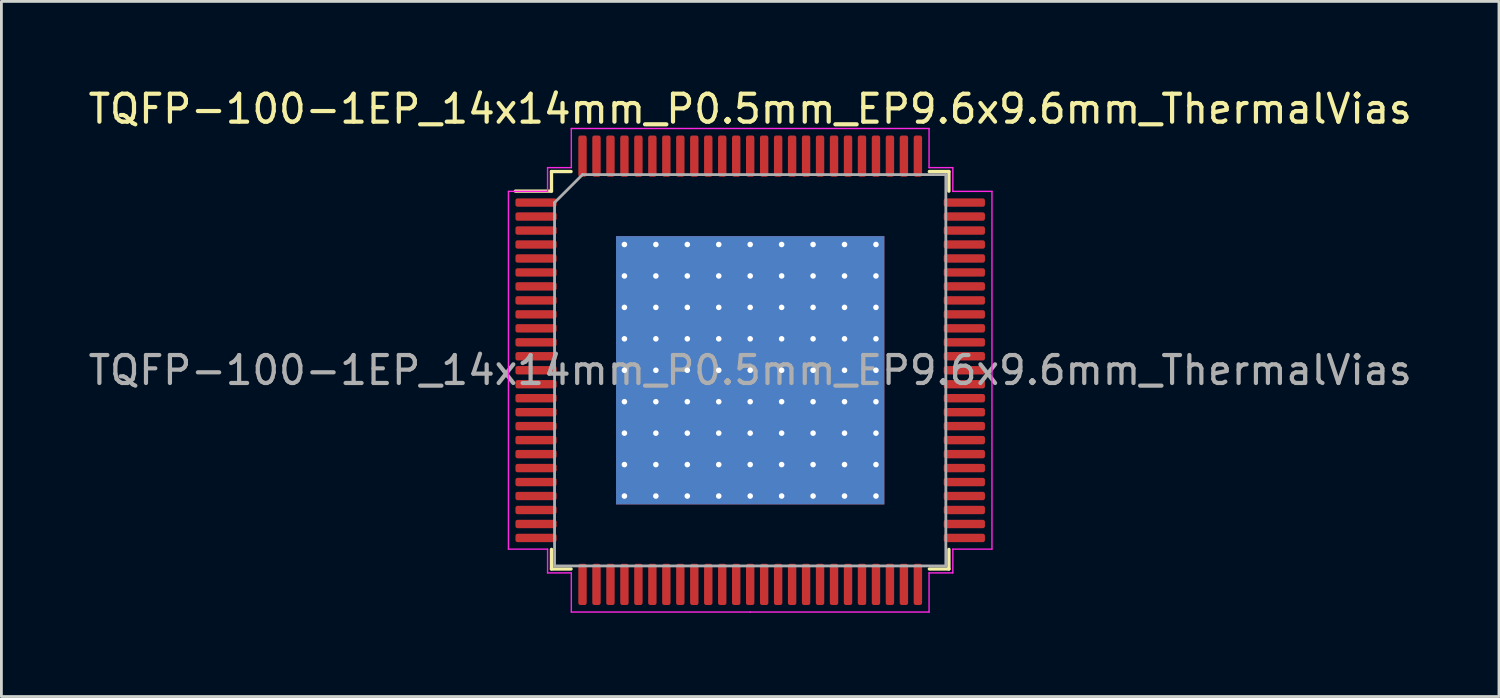
<source format=kicad_pcb>
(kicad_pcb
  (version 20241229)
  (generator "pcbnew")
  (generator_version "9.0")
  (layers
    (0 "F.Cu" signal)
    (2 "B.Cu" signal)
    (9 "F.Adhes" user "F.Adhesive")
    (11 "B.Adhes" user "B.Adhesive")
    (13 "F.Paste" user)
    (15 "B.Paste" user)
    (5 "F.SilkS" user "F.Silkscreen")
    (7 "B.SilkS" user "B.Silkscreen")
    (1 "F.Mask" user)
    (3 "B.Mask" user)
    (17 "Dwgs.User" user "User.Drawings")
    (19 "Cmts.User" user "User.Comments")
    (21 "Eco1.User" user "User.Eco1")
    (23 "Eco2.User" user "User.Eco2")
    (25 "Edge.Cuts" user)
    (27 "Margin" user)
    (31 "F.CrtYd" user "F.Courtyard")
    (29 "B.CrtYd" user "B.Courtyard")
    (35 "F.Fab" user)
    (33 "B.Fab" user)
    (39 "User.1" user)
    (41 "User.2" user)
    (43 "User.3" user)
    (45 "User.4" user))
  (footprint "TQFP-100-1EP_14x14mm_P0.5mm_EP9.6x9.6mm_ThermalVias"
    (layer "F.Cu")
    (at 23.792 10.198)
    (property "Reference" "TQFP-100-1EP_14x14mm_P0.5mm_EP9.6x9.6mm_ThermalVias" (at 0 -9.35 0) (layer "F.SilkS") (effects (font (size 1 1) (thickness 0.15))))
    (attr smd)
    (fp_line (start -7.11 -7.11) (end -7.11 -6.41) (stroke (width 0.12) (type solid)) (layer "F.SilkS"))
    (fp_line (start -7.11 -6.41) (end -8.4 -6.41) (stroke (width 0.12) (type solid)) (layer "F.SilkS"))
    (fp_line (start -7.11 7.11) (end -7.11 6.41) (stroke (width 0.12) (type solid)) (layer "F.SilkS"))
    (fp_line (start -6.41 -7.11) (end -7.11 -7.11) (stroke (width 0.12) (type solid)) (layer "F.SilkS"))
    (fp_line (start -6.41 7.11) (end -7.11 7.11) (stroke (width 0.12) (type solid)) (layer "F.SilkS"))
    (fp_line (start 6.41 -7.11) (end 7.11 -7.11) (stroke (width 0.12) (type solid)) (layer "F.SilkS"))
    (fp_line (start 6.41 7.11) (end 7.11 7.11) (stroke (width 0.12) (type solid)) (layer "F.SilkS"))
    (fp_line (start 7.11 -7.11) (end 7.11 -6.41) (stroke (width 0.12) (type solid)) (layer "F.SilkS"))
    (fp_line (start 7.11 7.11) (end 7.11 6.41) (stroke (width 0.12) (type solid)) (layer "F.SilkS"))
    (fp_line (start -8.65 -6.4) (end -8.65 0) (stroke (width 0.05) (type solid)) (layer "F.CrtYd"))
    (fp_line (start -8.65 6.4) (end -8.65 0) (stroke (width 0.05) (type solid)) (layer "F.CrtYd"))
    (fp_line (start -7.25 -7.25) (end -7.25 -6.4) (stroke (width 0.05) (type solid)) (layer "F.CrtYd"))
    (fp_line (start -7.25 -6.4) (end -8.65 -6.4) (stroke (width 0.05) (type solid)) (layer "F.CrtYd"))
    (fp_line (start -7.25 6.4) (end -8.65 6.4) (stroke (width 0.05) (type solid)) (layer "F.CrtYd"))
    (fp_line (start -7.25 7.25) (end -7.25 6.4) (stroke (width 0.05) (type solid)) (layer "F.CrtYd"))
    (fp_line (start -6.4 -8.65) (end -6.4 -7.25) (stroke (width 0.05) (type solid)) (layer "F.CrtYd"))
    (fp_line (start -6.4 -7.25) (end -7.25 -7.25) (stroke (width 0.05) (type solid)) (layer "F.CrtYd"))
    (fp_line (start -6.4 7.25) (end -7.25 7.25) (stroke (width 0.05) (type solid)) (layer "F.CrtYd"))
    (fp_line (start -6.4 8.65) (end -6.4 7.25) (stroke (width 0.05) (type solid)) (layer "F.CrtYd"))
    (fp_line (start 0 -8.65) (end -6.4 -8.65) (stroke (width 0.05) (type solid)) (layer "F.CrtYd"))
    (fp_line (start 0 -8.65) (end 6.4 -8.65) (stroke (width 0.05) (type solid)) (layer "F.CrtYd"))
    (fp_line (start 0 8.65) (end -6.4 8.65) (stroke (width 0.05) (type solid)) (layer "F.CrtYd"))
    (fp_line (start 0 8.65) (end 6.4 8.65) (stroke (width 0.05) (type solid)) (layer "F.CrtYd"))
    (fp_line (start 6.4 -8.65) (end 6.4 -7.25) (stroke (width 0.05) (type solid)) (layer "F.CrtYd"))
    (fp_line (start 6.4 -7.25) (end 7.25 -7.25) (stroke (width 0.05) (type solid)) (layer "F.CrtYd"))
    (fp_line (start 6.4 7.25) (end 7.25 7.25) (stroke (width 0.05) (type solid)) (layer "F.CrtYd"))
    (fp_line (start 6.4 8.65) (end 6.4 7.25) (stroke (width 0.05) (type solid)) (layer "F.CrtYd"))
    (fp_line (start 7.25 -7.25) (end 7.25 -6.4) (stroke (width 0.05) (type solid)) (layer "F.CrtYd"))
    (fp_line (start 7.25 -6.4) (end 8.65 -6.4) (stroke (width 0.05) (type solid)) (layer "F.CrtYd"))
    (fp_line (start 7.25 6.4) (end 8.65 6.4) (stroke (width 0.05) (type solid)) (layer "F.CrtYd"))
    (fp_line (start 7.25 7.25) (end 7.25 6.4) (stroke (width 0.05) (type solid)) (layer "F.CrtYd"))
    (fp_line (start 8.65 -6.4) (end 8.65 0) (stroke (width 0.05) (type solid)) (layer "F.CrtYd"))
    (fp_line (start 8.65 6.4) (end 8.65 0) (stroke (width 0.05) (type solid)) (layer "F.CrtYd"))
    (fp_line (start -7 -6) (end -6 -7) (stroke (width 0.1) (type solid)) (layer "F.Fab"))
    (fp_line (start -7 7) (end -7 -6) (stroke (width 0.1) (type solid)) (layer "F.Fab"))
    (fp_line (start -6 -7) (end 7 -7) (stroke (width 0.1) (type solid)) (layer "F.Fab"))
    (fp_line (start 7 -7) (end 7 7) (stroke (width 0.1) (type solid)) (layer "F.Fab"))
    (fp_line (start 7 7) (end -7 7) (stroke (width 0.1) (type solid)) (layer "F.Fab"))
    (fp_text user "${REFERENCE}" (at 0 0 0) (layer "F.Fab") (effects (font (size 1 1) (thickness 0.15))))
    (pad "" smd custom (at -3.938 -3.938 270) (size 0.891 0.891) (layers "F.Paste") (options (anchor circle)) (primitives (gr_poly (pts (xy -0.387 -0.29) (xy -0.29 -0.387) (xy 0.29 -0.387) (xy 0.387 -0.29) (xy 0.387 0.29) (xy 0.29 0.387) (xy -0.29 0.387) (xy -0.387 0.29)) (width 0.234) (fill yes))))
    (pad "" smd custom (at -3.938 -2.812 270) (size 0.891 0.891) (layers "F.Paste") (options (anchor circle)) (primitives (gr_poly (pts (xy -0.387 -0.29) (xy -0.29 -0.387) (xy 0.29 -0.387) (xy 0.387 -0.29) (xy 0.387 0.29) (xy 0.29 0.387) (xy -0.29 0.387) (xy -0.387 0.29)) (width 0.234) (fill yes))))
    (pad "" smd custom (at -3.938 -1.688 270) (size 0.891 0.891) (layers "F.Paste") (options (anchor circle)) (primitives (gr_poly (pts (xy -0.387 -0.29) (xy -0.29 -0.387) (xy 0.29 -0.387) (xy 0.387 -0.29) (xy 0.387 0.29) (xy 0.29 0.387) (xy -0.29 0.387) (xy -0.387 0.29)) (width 0.234) (fill yes))))
    (pad "" smd custom (at -3.938 -0.562 270) (size 0.891 0.891) (layers "F.Paste") (options (anchor circle)) (primitives (gr_poly (pts (xy -0.387 -0.29) (xy -0.29 -0.387) (xy 0.29 -0.387) (xy 0.387 -0.29) (xy 0.387 0.29) (xy 0.29 0.387) (xy -0.29 0.387) (xy -0.387 0.29)) (width 0.234) (fill yes))))
    (pad "" smd custom (at -3.938 0.562 270) (size 0.891 0.891) (layers "F.Paste") (options (anchor circle)) (primitives (gr_poly (pts (xy -0.387 -0.29) (xy -0.29 -0.387) (xy 0.29 -0.387) (xy 0.387 -0.29) (xy 0.387 0.29) (xy 0.29 0.387) (xy -0.29 0.387) (xy -0.387 0.29)) (width 0.234) (fill yes))))
    (pad "" smd custom (at -3.938 1.688 270) (size 0.891 0.891) (layers "F.Paste") (options (anchor circle)) (primitives (gr_poly (pts (xy -0.387 -0.29) (xy -0.29 -0.387) (xy 0.29 -0.387) (xy 0.387 -0.29) (xy 0.387 0.29) (xy 0.29 0.387) (xy -0.29 0.387) (xy -0.387 0.29)) (width 0.234) (fill yes))))
    (pad "" smd custom (at -3.938 2.812) (size 0.891 0.891) (layers "F.Paste") (options (anchor circle)) (primitives (gr_poly (pts (xy -0.387 -0.29) (xy -0.29 -0.387) (xy 0.29 -0.387) (xy 0.387 -0.29) (xy 0.387 0.29) (xy 0.29 0.387) (xy -0.29 0.387) (xy -0.387 0.29)) (width 0.234) (fill yes))))
    (pad "" smd custom (at -3.938 3.938) (size 0.891 0.891) (layers "F.Paste") (options (anchor circle)) (primitives (gr_poly (pts (xy -0.387 -0.29) (xy -0.29 -0.387) (xy 0.29 -0.387) (xy 0.387 -0.29) (xy 0.387 0.29) (xy 0.29 0.387) (xy -0.29 0.387) (xy -0.387 0.29)) (width 0.234) (fill yes))))
    (pad "" smd custom (at -2.812 -3.938 270) (size 0.891 0.891) (layers "F.Paste") (options (anchor circle)) (primitives (gr_poly (pts (xy -0.387 -0.29) (xy -0.29 -0.387) (xy 0.29 -0.387) (xy 0.387 -0.29) (xy 0.387 0.29) (xy 0.29 0.387) (xy -0.29 0.387) (xy -0.387 0.29)) (width 0.234) (fill yes))))
    (pad "" smd custom (at -2.812 -2.812 270) (size 0.891 0.891) (layers "F.Paste") (options (anchor circle)) (primitives (gr_poly (pts (xy -0.387 -0.29) (xy -0.29 -0.387) (xy 0.29 -0.387) (xy 0.387 -0.29) (xy 0.387 0.29) (xy 0.29 0.387) (xy -0.29 0.387) (xy -0.387 0.29)) (width 0.234) (fill yes))))
    (pad "" smd custom (at -2.812 -1.688 270) (size 0.891 0.891) (layers "F.Paste") (options (anchor circle)) (primitives (gr_poly (pts (xy -0.387 -0.29) (xy -0.29 -0.387) (xy 0.29 -0.387) (xy 0.387 -0.29) (xy 0.387 0.29) (xy 0.29 0.387) (xy -0.29 0.387) (xy -0.387 0.29)) (width 0.234) (fill yes))))
    (pad "" smd custom (at -2.812 -0.562 270) (size 0.891 0.891) (layers "F.Paste") (options (anchor circle)) (primitives (gr_poly (pts (xy -0.387 -0.29) (xy -0.29 -0.387) (xy 0.29 -0.387) (xy 0.387 -0.29) (xy 0.387 0.29) (xy 0.29 0.387) (xy -0.29 0.387) (xy -0.387 0.29)) (width 0.234) (fill yes))))
    (pad "" smd custom (at -2.812 0.562 270) (size 0.891 0.891) (layers "F.Paste") (options (anchor circle)) (primitives (gr_poly (pts (xy -0.387 -0.29) (xy -0.29 -0.387) (xy 0.29 -0.387) (xy 0.387 -0.29) (xy 0.387 0.29) (xy 0.29 0.387) (xy -0.29 0.387) (xy -0.387 0.29)) (width 0.234) (fill yes))))
    (pad "" smd custom (at -2.812 1.688 270) (size 0.891 0.891) (layers "F.Paste") (options (anchor circle)) (primitives (gr_poly (pts (xy -0.387 -0.29) (xy -0.29 -0.387) (xy 0.29 -0.387) (xy 0.387 -0.29) (xy 0.387 0.29) (xy 0.29 0.387) (xy -0.29 0.387) (xy -0.387 0.29)) (width 0.234) (fill yes))))
    (pad "" smd custom (at -2.812 2.812) (size 0.891 0.891) (layers "F.Paste") (options (anchor circle)) (primitives (gr_poly (pts (xy -0.387 -0.29) (xy -0.29 -0.387) (xy 0.29 -0.387) (xy 0.387 -0.29) (xy 0.387 0.29) (xy 0.29 0.387) (xy -0.29 0.387) (xy -0.387 0.29)) (width 0.234) (fill yes))))
    (pad "" smd custom (at -2.812 3.938) (size 0.891 0.891) (layers "F.Paste") (options (anchor circle)) (primitives (gr_poly (pts (xy -0.387 -0.29) (xy -0.29 -0.387) (xy 0.29 -0.387) (xy 0.387 -0.29) (xy 0.387 0.29) (xy 0.29 0.387) (xy -0.29 0.387) (xy -0.387 0.29)) (width 0.234) (fill yes))))
    (pad "" smd custom (at -1.688 -3.938 180) (size 0.891 0.891) (layers "F.Paste") (options (anchor circle)) (primitives (gr_poly (pts (xy -0.387 -0.29) (xy -0.29 -0.387) (xy 0.29 -0.387) (xy 0.387 -0.29) (xy 0.387 0.29) (xy 0.29 0.387) (xy -0.29 0.387) (xy -0.387 0.29)) (width 0.234) (fill yes))))
    (pad "" smd custom (at -1.688 -2.812 180) (size 0.891 0.891) (layers "F.Paste") (options (anchor circle)) (primitives (gr_poly (pts (xy -0.387 -0.29) (xy -0.29 -0.387) (xy 0.29 -0.387) (xy 0.387 -0.29) (xy 0.387 0.29) (xy 0.29 0.387) (xy -0.29 0.387) (xy -0.387 0.29)) (width 0.234) (fill yes))))
    (pad "" smd custom (at -1.688 -1.688) (size 0.891 0.891) (layers "F.Paste") (options (anchor circle)) (primitives (gr_poly (pts (xy -0.387 -0.29) (xy -0.29 -0.387) (xy 0.29 -0.387) (xy 0.387 -0.29) (xy 0.387 0.29) (xy 0.29 0.387) (xy -0.29 0.387) (xy -0.387 0.29)) (width 0.234) (fill yes))))
    (pad "" smd custom (at -1.688 -0.562) (size 0.891 0.891) (layers "F.Paste") (options (anchor circle)) (primitives (gr_poly (pts (xy -0.387 -0.29) (xy -0.29 -0.387) (xy 0.29 -0.387) (xy 0.387 -0.29) (xy 0.387 0.29) (xy 0.29 0.387) (xy -0.29 0.387) (xy -0.387 0.29)) (width 0.234) (fill yes))))
    (pad "" smd custom (at -1.688 0.562) (size 0.891 0.891) (layers "F.Paste") (options (anchor circle)) (primitives (gr_poly (pts (xy -0.387 -0.29) (xy -0.29 -0.387) (xy 0.29 -0.387) (xy 0.387 -0.29) (xy 0.387 0.29) (xy 0.29 0.387) (xy -0.29 0.387) (xy -0.387 0.29)) (width 0.234) (fill yes))))
    (pad "" smd custom (at -1.688 1.688) (size 0.891 0.891) (layers "F.Paste") (options (anchor circle)) (primitives (gr_poly (pts (xy -0.387 -0.29) (xy -0.29 -0.387) (xy 0.29 -0.387) (xy 0.387 -0.29) (xy 0.387 0.29) (xy 0.29 0.387) (xy -0.29 0.387) (xy -0.387 0.29)) (width 0.234) (fill yes))))
    (pad "" smd custom (at -1.688 2.812) (size 0.891 0.891) (layers "F.Paste") (options (anchor circle)) (primitives (gr_poly (pts (xy -0.387 -0.29) (xy -0.29 -0.387) (xy 0.29 -0.387) (xy 0.387 -0.29) (xy 0.387 0.29) (xy 0.29 0.387) (xy -0.29 0.387) (xy -0.387 0.29)) (width 0.234) (fill yes))))
    (pad "" smd custom (at -1.688 3.938) (size 0.891 0.891) (layers "F.Paste") (options (anchor circle)) (primitives (gr_poly (pts (xy -0.387 -0.29) (xy -0.29 -0.387) (xy 0.29 -0.387) (xy 0.387 -0.29) (xy 0.387 0.29) (xy 0.29 0.387) (xy -0.29 0.387) (xy -0.387 0.29)) (width 0.234) (fill yes))))
    (pad "" smd custom (at -0.562 -3.938 180) (size 0.891 0.891) (layers "F.Paste") (options (anchor circle)) (primitives (gr_poly (pts (xy -0.387 -0.29) (xy -0.29 -0.387) (xy 0.29 -0.387) (xy 0.387 -0.29) (xy 0.387 0.29) (xy 0.29 0.387) (xy -0.29 0.387) (xy -0.387 0.29)) (width 0.234) (fill yes))))
    (pad "" smd custom (at -0.562 -2.812 180) (size 0.891 0.891) (layers "F.Paste") (options (anchor circle)) (primitives (gr_poly (pts (xy -0.387 -0.29) (xy -0.29 -0.387) (xy 0.29 -0.387) (xy 0.387 -0.29) (xy 0.387 0.29) (xy 0.29 0.387) (xy -0.29 0.387) (xy -0.387 0.29)) (width 0.234) (fill yes))))
    (pad "" smd custom (at -0.562 -1.688) (size 0.891 0.891) (layers "F.Paste") (options (anchor circle)) (primitives (gr_poly (pts (xy -0.387 -0.29) (xy -0.29 -0.387) (xy 0.29 -0.387) (xy 0.387 -0.29) (xy 0.387 0.29) (xy 0.29 0.387) (xy -0.29 0.387) (xy -0.387 0.29)) (width 0.234) (fill yes))))
    (pad "" smd custom (at -0.562 -0.562) (size 0.891 0.891) (layers "F.Paste") (options (anchor circle)) (primitives (gr_poly (pts (xy -0.387 -0.29) (xy -0.29 -0.387) (xy 0.29 -0.387) (xy 0.387 -0.29) (xy 0.387 0.29) (xy 0.29 0.387) (xy -0.29 0.387) (xy -0.387 0.29)) (width 0.234) (fill yes))))
    (pad "" smd custom (at -0.562 0.562) (size 0.891 0.891) (layers "F.Paste") (options (anchor circle)) (primitives (gr_poly (pts (xy -0.387 -0.29) (xy -0.29 -0.387) (xy 0.29 -0.387) (xy 0.387 -0.29) (xy 0.387 0.29) (xy 0.29 0.387) (xy -0.29 0.387) (xy -0.387 0.29)) (width 0.234) (fill yes))))
    (pad "" smd custom (at -0.562 1.688) (size 0.891 0.891) (layers "F.Paste") (options (anchor circle)) (primitives (gr_poly (pts (xy -0.387 -0.29) (xy -0.29 -0.387) (xy 0.29 -0.387) (xy 0.387 -0.29) (xy 0.387 0.29) (xy 0.29 0.387) (xy -0.29 0.387) (xy -0.387 0.29)) (width 0.234) (fill yes))))
    (pad "" smd custom (at -0.562 2.812) (size 0.891 0.891) (layers "F.Paste") (options (anchor circle)) (primitives (gr_poly (pts (xy -0.387 -0.29) (xy -0.29 -0.387) (xy 0.29 -0.387) (xy 0.387 -0.29) (xy 0.387 0.29) (xy 0.29 0.387) (xy -0.29 0.387) (xy -0.387 0.29)) (width 0.234) (fill yes))))
    (pad "" smd custom (at -0.562 3.938) (size 0.891 0.891) (layers "F.Paste") (options (anchor circle)) (primitives (gr_poly (pts (xy -0.387 -0.29) (xy -0.29 -0.387) (xy 0.29 -0.387) (xy 0.387 -0.29) (xy 0.387 0.29) (xy 0.29 0.387) (xy -0.29 0.387) (xy -0.387 0.29)) (width 0.234) (fill yes))))
    (pad "" smd custom (at 0.562 -3.938 180) (size 0.891 0.891) (layers "F.Paste") (options (anchor circle)) (primitives (gr_poly (pts (xy -0.387 -0.29) (xy -0.29 -0.387) (xy 0.29 -0.387) (xy 0.387 -0.29) (xy 0.387 0.29) (xy 0.29 0.387) (xy -0.29 0.387) (xy -0.387 0.29)) (width 0.234) (fill yes))))
    (pad "" smd custom (at 0.562 -2.812 180) (size 0.891 0.891) (layers "F.Paste") (options (anchor circle)) (primitives (gr_poly (pts (xy -0.387 -0.29) (xy -0.29 -0.387) (xy 0.29 -0.387) (xy 0.387 -0.29) (xy 0.387 0.29) (xy 0.29 0.387) (xy -0.29 0.387) (xy -0.387 0.29)) (width 0.234) (fill yes))))
    (pad "" smd custom (at 0.562 -1.688) (size 0.891 0.891) (layers "F.Paste") (options (anchor circle)) (primitives (gr_poly (pts (xy -0.387 -0.29) (xy -0.29 -0.387) (xy 0.29 -0.387) (xy 0.387 -0.29) (xy 0.387 0.29) (xy 0.29 0.387) (xy -0.29 0.387) (xy -0.387 0.29)) (width 0.234) (fill yes))))
    (pad "" smd custom (at 0.562 -0.562) (size 0.891 0.891) (layers "F.Paste") (options (anchor circle)) (primitives (gr_poly (pts (xy -0.387 -0.29) (xy -0.29 -0.387) (xy 0.29 -0.387) (xy 0.387 -0.29) (xy 0.387 0.29) (xy 0.29 0.387) (xy -0.29 0.387) (xy -0.387 0.29)) (width 0.234) (fill yes))))
    (pad "" smd custom (at 0.562 0.562) (size 0.891 0.891) (layers "F.Paste") (options (anchor circle)) (primitives (gr_poly (pts (xy -0.387 -0.29) (xy -0.29 -0.387) (xy 0.29 -0.387) (xy 0.387 -0.29) (xy 0.387 0.29) (xy 0.29 0.387) (xy -0.29 0.387) (xy -0.387 0.29)) (width 0.234) (fill yes))))
    (pad "" smd custom (at 0.562 1.688) (size 0.891 0.891) (layers "F.Paste") (options (anchor circle)) (primitives (gr_poly (pts (xy -0.387 -0.29) (xy -0.29 -0.387) (xy 0.29 -0.387) (xy 0.387 -0.29) (xy 0.387 0.29) (xy 0.29 0.387) (xy -0.29 0.387) (xy -0.387 0.29)) (width 0.234) (fill yes))))
    (pad "" smd custom (at 0.562 2.812) (size 0.891 0.891) (layers "F.Paste") (options (anchor circle)) (primitives (gr_poly (pts (xy -0.387 -0.29) (xy -0.29 -0.387) (xy 0.29 -0.387) (xy 0.387 -0.29) (xy 0.387 0.29) (xy 0.29 0.387) (xy -0.29 0.387) (xy -0.387 0.29)) (width 0.234) (fill yes))))
    (pad "" smd custom (at 0.562 3.938) (size 0.891 0.891) (layers "F.Paste") (options (anchor circle)) (primitives (gr_poly (pts (xy -0.387 -0.29) (xy -0.29 -0.387) (xy 0.29 -0.387) (xy 0.387 -0.29) (xy 0.387 0.29) (xy 0.29 0.387) (xy -0.29 0.387) (xy -0.387 0.29)) (width 0.234) (fill yes))))
    (pad "" smd custom (at 1.688 -3.938 180) (size 0.891 0.891) (layers "F.Paste") (options (anchor circle)) (primitives (gr_poly (pts (xy -0.387 -0.29) (xy -0.29 -0.387) (xy 0.29 -0.387) (xy 0.387 -0.29) (xy 0.387 0.29) (xy 0.29 0.387) (xy -0.29 0.387) (xy -0.387 0.29)) (width 0.234) (fill yes))))
    (pad "" smd custom (at 1.688 -2.812 180) (size 0.891 0.891) (layers "F.Paste") (options (anchor circle)) (primitives (gr_poly (pts (xy -0.387 -0.29) (xy -0.29 -0.387) (xy 0.29 -0.387) (xy 0.387 -0.29) (xy 0.387 0.29) (xy 0.29 0.387) (xy -0.29 0.387) (xy -0.387 0.29)) (width 0.234) (fill yes))))
    (pad "" smd custom (at 1.688 -1.688) (size 0.891 0.891) (layers "F.Paste") (options (anchor circle)) (primitives (gr_poly (pts (xy -0.387 -0.29) (xy -0.29 -0.387) (xy 0.29 -0.387) (xy 0.387 -0.29) (xy 0.387 0.29) (xy 0.29 0.387) (xy -0.29 0.387) (xy -0.387 0.29)) (width 0.234) (fill yes))))
    (pad "" smd custom (at 1.688 -0.562) (size 0.891 0.891) (layers "F.Paste") (options (anchor circle)) (primitives (gr_poly (pts (xy -0.387 -0.29) (xy -0.29 -0.387) (xy 0.29 -0.387) (xy 0.387 -0.29) (xy 0.387 0.29) (xy 0.29 0.387) (xy -0.29 0.387) (xy -0.387 0.29)) (width 0.234) (fill yes))))
    (pad "" smd custom (at 1.688 0.562) (size 0.891 0.891) (layers "F.Paste") (options (anchor circle)) (primitives (gr_poly (pts (xy -0.387 -0.29) (xy -0.29 -0.387) (xy 0.29 -0.387) (xy 0.387 -0.29) (xy 0.387 0.29) (xy 0.29 0.387) (xy -0.29 0.387) (xy -0.387 0.29)) (width 0.234) (fill yes))))
    (pad "" smd custom (at 1.688 1.688) (size 0.891 0.891) (layers "F.Paste") (options (anchor circle)) (primitives (gr_poly (pts (xy -0.387 -0.29) (xy -0.29 -0.387) (xy 0.29 -0.387) (xy 0.387 -0.29) (xy 0.387 0.29) (xy 0.29 0.387) (xy -0.29 0.387) (xy -0.387 0.29)) (width 0.234) (fill yes))))
    (pad "" smd custom (at 1.688 2.812) (size 0.891 0.891) (layers "F.Paste") (options (anchor circle)) (primitives (gr_poly (pts (xy -0.387 -0.29) (xy -0.29 -0.387) (xy 0.29 -0.387) (xy 0.387 -0.29) (xy 0.387 0.29) (xy 0.29 0.387) (xy -0.29 0.387) (xy -0.387 0.29)) (width 0.234) (fill yes))))
    (pad "" smd custom (at 1.688 3.938) (size 0.891 0.891) (layers "F.Paste") (options (anchor circle)) (primitives (gr_poly (pts (xy -0.387 -0.29) (xy -0.29 -0.387) (xy 0.29 -0.387) (xy 0.387 -0.29) (xy 0.387 0.29) (xy 0.29 0.387) (xy -0.29 0.387) (xy -0.387 0.29)) (width 0.234) (fill yes))))
    (pad "" smd custom (at 2.812 -3.938 180) (size 0.891 0.891) (layers "F.Paste") (options (anchor circle)) (primitives (gr_poly (pts (xy -0.387 -0.29) (xy -0.29 -0.387) (xy 0.29 -0.387) (xy 0.387 -0.29) (xy 0.387 0.29) (xy 0.29 0.387) (xy -0.29 0.387) (xy -0.387 0.29)) (width 0.234) (fill yes))))
    (pad "" smd custom (at 2.812 -2.812 180) (size 0.891 0.891) (layers "F.Paste") (options (anchor circle)) (primitives (gr_poly (pts (xy -0.387 -0.29) (xy -0.29 -0.387) (xy 0.29 -0.387) (xy 0.387 -0.29) (xy 0.387 0.29) (xy 0.29 0.387) (xy -0.29 0.387) (xy -0.387 0.29)) (width 0.234) (fill yes))))
    (pad "" smd custom (at 2.812 -1.688 90) (size 0.891 0.891) (layers "F.Paste") (options (anchor circle)) (primitives (gr_poly (pts (xy -0.387 -0.29) (xy -0.29 -0.387) (xy 0.29 -0.387) (xy 0.387 -0.29) (xy 0.387 0.29) (xy 0.29 0.387) (xy -0.29 0.387) (xy -0.387 0.29)) (width 0.234) (fill yes))))
    (pad "" smd custom (at 2.812 -0.562 90) (size 0.891 0.891) (layers "F.Paste") (options (anchor circle)) (primitives (gr_poly (pts (xy -0.387 -0.29) (xy -0.29 -0.387) (xy 0.29 -0.387) (xy 0.387 -0.29) (xy 0.387 0.29) (xy 0.29 0.387) (xy -0.29 0.387) (xy -0.387 0.29)) (width 0.234) (fill yes))))
    (pad "" smd custom (at 2.812 0.562 90) (size 0.891 0.891) (layers "F.Paste") (options (anchor circle)) (primitives (gr_poly (pts (xy -0.387 -0.29) (xy -0.29 -0.387) (xy 0.29 -0.387) (xy 0.387 -0.29) (xy 0.387 0.29) (xy 0.29 0.387) (xy -0.29 0.387) (xy -0.387 0.29)) (width 0.234) (fill yes))))
    (pad "" smd custom (at 2.812 1.688 90) (size 0.891 0.891) (layers "F.Paste") (options (anchor circle)) (primitives (gr_poly (pts (xy -0.387 -0.29) (xy -0.29 -0.387) (xy 0.29 -0.387) (xy 0.387 -0.29) (xy 0.387 0.29) (xy 0.29 0.387) (xy -0.29 0.387) (xy -0.387 0.29)) (width 0.234) (fill yes))))
    (pad "" smd custom (at 2.812 2.812 90) (size 0.891 0.891) (layers "F.Paste") (options (anchor circle)) (primitives (gr_poly (pts (xy -0.387 -0.29) (xy -0.29 -0.387) (xy 0.29 -0.387) (xy 0.387 -0.29) (xy 0.387 0.29) (xy 0.29 0.387) (xy -0.29 0.387) (xy -0.387 0.29)) (width 0.234) (fill yes))))
    (pad "" smd custom (at 2.812 3.938 90) (size 0.891 0.891) (layers "F.Paste") (options (anchor circle)) (primitives (gr_poly (pts (xy -0.387 -0.29) (xy -0.29 -0.387) (xy 0.29 -0.387) (xy 0.387 -0.29) (xy 0.387 0.29) (xy 0.29 0.387) (xy -0.29 0.387) (xy -0.387 0.29)) (width 0.234) (fill yes))))
    (pad "" smd custom (at 3.938 -3.938 180) (size 0.891 0.891) (layers "F.Paste") (options (anchor circle)) (primitives (gr_poly (pts (xy -0.387 -0.29) (xy -0.29 -0.387) (xy 0.29 -0.387) (xy 0.387 -0.29) (xy 0.387 0.29) (xy 0.29 0.387) (xy -0.29 0.387) (xy -0.387 0.29)) (width 0.234) (fill yes))))
    (pad "" smd custom (at 3.938 -2.812 180) (size 0.891 0.891) (layers "F.Paste") (options (anchor circle)) (primitives (gr_poly (pts (xy -0.387 -0.29) (xy -0.29 -0.387) (xy 0.29 -0.387) (xy 0.387 -0.29) (xy 0.387 0.29) (xy 0.29 0.387) (xy -0.29 0.387) (xy -0.387 0.29)) (width 0.234) (fill yes))))
    (pad "" smd custom (at 3.938 -1.688 90) (size 0.891 0.891) (layers "F.Paste") (options (anchor circle)) (primitives (gr_poly (pts (xy -0.387 -0.29) (xy -0.29 -0.387) (xy 0.29 -0.387) (xy 0.387 -0.29) (xy 0.387 0.29) (xy 0.29 0.387) (xy -0.29 0.387) (xy -0.387 0.29)) (width 0.234) (fill yes))))
    (pad "" smd custom (at 3.938 -0.562 90) (size 0.891 0.891) (layers "F.Paste") (options (anchor circle)) (primitives (gr_poly (pts (xy -0.387 -0.29) (xy -0.29 -0.387) (xy 0.29 -0.387) (xy 0.387 -0.29) (xy 0.387 0.29) (xy 0.29 0.387) (xy -0.29 0.387) (xy -0.387 0.29)) (width 0.234) (fill yes))))
    (pad "" smd custom (at 3.938 0.562 90) (size 0.891 0.891) (layers "F.Paste") (options (anchor circle)) (primitives (gr_poly (pts (xy -0.387 -0.29) (xy -0.29 -0.387) (xy 0.29 -0.387) (xy 0.387 -0.29) (xy 0.387 0.29) (xy 0.29 0.387) (xy -0.29 0.387) (xy -0.387 0.29)) (width 0.234) (fill yes))))
    (pad "" smd custom (at 3.938 1.688 90) (size 0.891 0.891) (layers "F.Paste") (options (anchor circle)) (primitives (gr_poly (pts (xy -0.387 -0.29) (xy -0.29 -0.387) (xy 0.29 -0.387) (xy 0.387 -0.29) (xy 0.387 0.29) (xy 0.29 0.387) (xy -0.29 0.387) (xy -0.387 0.29)) (width 0.234) (fill yes))))
    (pad "" smd custom (at 3.938 2.812 90) (size 0.891 0.891) (layers "F.Paste") (options (anchor circle)) (primitives (gr_poly (pts (xy -0.387 -0.29) (xy -0.29 -0.387) (xy 0.29 -0.387) (xy 0.387 -0.29) (xy 0.387 0.29) (xy 0.29 0.387) (xy -0.29 0.387) (xy -0.387 0.29)) (width 0.234) (fill yes))))
    (pad "" smd custom (at 3.938 3.938 90) (size 0.891 0.891) (layers "F.Paste") (options (anchor circle)) (primitives (gr_poly (pts (xy -0.387 -0.29) (xy -0.29 -0.387) (xy 0.29 -0.387) (xy 0.387 -0.29) (xy 0.387 0.29) (xy 0.29 0.387) (xy -0.29 0.387) (xy -0.387 0.29)) (width 0.234) (fill yes))))
    (pad "1" smd roundrect (at -7.662 -6) (size 1.475 0.3) (layers "F.Cu" "F.Mask" "F.Paste") (roundrect_rratio 0.25))
    (pad "2" smd roundrect (at -7.662 -5.5) (size 1.475 0.3) (layers "F.Cu" "F.Mask" "F.Paste") (roundrect_rratio 0.25))
    (pad "3" smd roundrect (at -7.662 -5) (size 1.475 0.3) (layers "F.Cu" "F.Mask" "F.Paste") (roundrect_rratio 0.25))
    (pad "4" smd roundrect (at -7.662 -4.5) (size 1.475 0.3) (layers "F.Cu" "F.Mask" "F.Paste") (roundrect_rratio 0.25))
    (pad "5" smd roundrect (at -7.662 -4) (size 1.475 0.3) (layers "F.Cu" "F.Mask" "F.Paste") (roundrect_rratio 0.25))
    (pad "6" smd roundrect (at -7.662 -3.5) (size 1.475 0.3) (layers "F.Cu" "F.Mask" "F.Paste") (roundrect_rratio 0.25))
    (pad "7" smd roundrect (at -7.662 -3) (size 1.475 0.3) (layers "F.Cu" "F.Mask" "F.Paste") (roundrect_rratio 0.25))
    (pad "8" smd roundrect (at -7.662 -2.5) (size 1.475 0.3) (layers "F.Cu" "F.Mask" "F.Paste") (roundrect_rratio 0.25))
    (pad "9" smd roundrect (at -7.662 -2) (size 1.475 0.3) (layers "F.Cu" "F.Mask" "F.Paste") (roundrect_rratio 0.25))
    (pad "10" smd roundrect (at -7.662 -1.5) (size 1.475 0.3) (layers "F.Cu" "F.Mask" "F.Paste") (roundrect_rratio 0.25))
    (pad "11" smd roundrect (at -7.662 -1) (size 1.475 0.3) (layers "F.Cu" "F.Mask" "F.Paste") (roundrect_rratio 0.25))
    (pad "12" smd roundrect (at -7.662 -0.5) (size 1.475 0.3) (layers "F.Cu" "F.Mask" "F.Paste") (roundrect_rratio 0.25))
    (pad "13" smd roundrect (at -7.662 0) (size 1.475 0.3) (layers "F.Cu" "F.Mask" "F.Paste") (roundrect_rratio 0.25))
    (pad "14" smd roundrect (at -7.662 0.5) (size 1.475 0.3) (layers "F.Cu" "F.Mask" "F.Paste") (roundrect_rratio 0.25))
    (pad "15" smd roundrect (at -7.662 1) (size 1.475 0.3) (layers "F.Cu" "F.Mask" "F.Paste") (roundrect_rratio 0.25))
    (pad "16" smd roundrect (at -7.662 1.5) (size 1.475 0.3) (layers "F.Cu" "F.Mask" "F.Paste") (roundrect_rratio 0.25))
    (pad "17" smd roundrect (at -7.662 2) (size 1.475 0.3) (layers "F.Cu" "F.Mask" "F.Paste") (roundrect_rratio 0.25))
    (pad "18" smd roundrect (at -7.662 2.5) (size 1.475 0.3) (layers "F.Cu" "F.Mask" "F.Paste") (roundrect_rratio 0.25))
    (pad "19" smd roundrect (at -7.662 3) (size 1.475 0.3) (layers "F.Cu" "F.Mask" "F.Paste") (roundrect_rratio 0.25))
    (pad "20" smd roundrect (at -7.662 3.5) (size 1.475 0.3) (layers "F.Cu" "F.Mask" "F.Paste") (roundrect_rratio 0.25))
    (pad "21" smd roundrect (at -7.662 4) (size 1.475 0.3) (layers "F.Cu" "F.Mask" "F.Paste") (roundrect_rratio 0.25))
    (pad "22" smd roundrect (at -7.662 4.5) (size 1.475 0.3) (layers "F.Cu" "F.Mask" "F.Paste") (roundrect_rratio 0.25))
    (pad "23" smd roundrect (at -7.662 5) (size 1.475 0.3) (layers "F.Cu" "F.Mask" "F.Paste") (roundrect_rratio 0.25))
    (pad "24" smd roundrect (at -7.662 5.5) (size 1.475 0.3) (layers "F.Cu" "F.Mask" "F.Paste") (roundrect_rratio 0.25))
    (pad "25" smd roundrect (at -7.662 6) (size 1.475 0.3) (layers "F.Cu" "F.Mask" "F.Paste") (roundrect_rratio 0.25))
    (pad "26" smd roundrect (at -6 7.662) (size 0.3 1.475) (layers "F.Cu" "F.Mask" "F.Paste") (roundrect_rratio 0.25))
    (pad "27" smd roundrect (at -5.5 7.662) (size 0.3 1.475) (layers "F.Cu" "F.Mask" "F.Paste") (roundrect_rratio 0.25))
    (pad "28" smd roundrect (at -5 7.662) (size 0.3 1.475) (layers "F.Cu" "F.Mask" "F.Paste") (roundrect_rratio 0.25))
    (pad "29" smd roundrect (at -4.5 7.662) (size 0.3 1.475) (layers "F.Cu" "F.Mask" "F.Paste") (roundrect_rratio 0.25))
    (pad "30" smd roundrect (at -4 7.662) (size 0.3 1.475) (layers "F.Cu" "F.Mask" "F.Paste") (roundrect_rratio 0.25))
    (pad "31" smd roundrect (at -3.5 7.662) (size 0.3 1.475) (layers "F.Cu" "F.Mask" "F.Paste") (roundrect_rratio 0.25))
    (pad "32" smd roundrect (at -3 7.662) (size 0.3 1.475) (layers "F.Cu" "F.Mask" "F.Paste") (roundrect_rratio 0.25))
    (pad "33" smd roundrect (at -2.5 7.662) (size 0.3 1.475) (layers "F.Cu" "F.Mask" "F.Paste") (roundrect_rratio 0.25))
    (pad "34" smd roundrect (at -2 7.662) (size 0.3 1.475) (layers "F.Cu" "F.Mask" "F.Paste") (roundrect_rratio 0.25))
    (pad "35" smd roundrect (at -1.5 7.662) (size 0.3 1.475) (layers "F.Cu" "F.Mask" "F.Paste") (roundrect_rratio 0.25))
    (pad "36" smd roundrect (at -1 7.662) (size 0.3 1.475) (layers "F.Cu" "F.Mask" "F.Paste") (roundrect_rratio 0.25))
    (pad "37" smd roundrect (at -0.5 7.662) (size 0.3 1.475) (layers "F.Cu" "F.Mask" "F.Paste") (roundrect_rratio 0.25))
    (pad "38" smd roundrect (at 0 7.662) (size 0.3 1.475) (layers "F.Cu" "F.Mask" "F.Paste") (roundrect_rratio 0.25))
    (pad "39" smd roundrect (at 0.5 7.662) (size 0.3 1.475) (layers "F.Cu" "F.Mask" "F.Paste") (roundrect_rratio 0.25))
    (pad "40" smd roundrect (at 1 7.662) (size 0.3 1.475) (layers "F.Cu" "F.Mask" "F.Paste") (roundrect_rratio 0.25))
    (pad "41" smd roundrect (at 1.5 7.662) (size 0.3 1.475) (layers "F.Cu" "F.Mask" "F.Paste") (roundrect_rratio 0.25))
    (pad "42" smd roundrect (at 2 7.662) (size 0.3 1.475) (layers "F.Cu" "F.Mask" "F.Paste") (roundrect_rratio 0.25))
    (pad "43" smd roundrect (at 2.5 7.662) (size 0.3 1.475) (layers "F.Cu" "F.Mask" "F.Paste") (roundrect_rratio 0.25))
    (pad "44" smd roundrect (at 3 7.662) (size 0.3 1.475) (layers "F.Cu" "F.Mask" "F.Paste") (roundrect_rratio 0.25))
    (pad "45" smd roundrect (at 3.5 7.662) (size 0.3 1.475) (layers "F.Cu" "F.Mask" "F.Paste") (roundrect_rratio 0.25))
    (pad "46" smd roundrect (at 4 7.662) (size 0.3 1.475) (layers "F.Cu" "F.Mask" "F.Paste") (roundrect_rratio 0.25))
    (pad "47" smd roundrect (at 4.5 7.662) (size 0.3 1.475) (layers "F.Cu" "F.Mask" "F.Paste") (roundrect_rratio 0.25))
    (pad "48" smd roundrect (at 5 7.662) (size 0.3 1.475) (layers "F.Cu" "F.Mask" "F.Paste") (roundrect_rratio 0.25))
    (pad "49" smd roundrect (at 5.5 7.662) (size 0.3 1.475) (layers "F.Cu" "F.Mask" "F.Paste") (roundrect_rratio 0.25))
    (pad "50" smd roundrect (at 6 7.662) (size 0.3 1.475) (layers "F.Cu" "F.Mask" "F.Paste") (roundrect_rratio 0.25))
    (pad "51" smd roundrect (at 7.662 6) (size 1.475 0.3) (layers "F.Cu" "F.Mask" "F.Paste") (roundrect_rratio 0.25))
    (pad "52" smd roundrect (at 7.662 5.5) (size 1.475 0.3) (layers "F.Cu" "F.Mask" "F.Paste") (roundrect_rratio 0.25))
    (pad "53" smd roundrect (at 7.662 5) (size 1.475 0.3) (layers "F.Cu" "F.Mask" "F.Paste") (roundrect_rratio 0.25))
    (pad "54" smd roundrect (at 7.662 4.5) (size 1.475 0.3) (layers "F.Cu" "F.Mask" "F.Paste") (roundrect_rratio 0.25))
    (pad "55" smd roundrect (at 7.662 4) (size 1.475 0.3) (layers "F.Cu" "F.Mask" "F.Paste") (roundrect_rratio 0.25))
    (pad "56" smd roundrect (at 7.662 3.5) (size 1.475 0.3) (layers "F.Cu" "F.Mask" "F.Paste") (roundrect_rratio 0.25))
    (pad "57" smd roundrect (at 7.662 3) (size 1.475 0.3) (layers "F.Cu" "F.Mask" "F.Paste") (roundrect_rratio 0.25))
    (pad "58" smd roundrect (at 7.662 2.5) (size 1.475 0.3) (layers "F.Cu" "F.Mask" "F.Paste") (roundrect_rratio 0.25))
    (pad "59" smd roundrect (at 7.662 2) (size 1.475 0.3) (layers "F.Cu" "F.Mask" "F.Paste") (roundrect_rratio 0.25))
    (pad "60" smd roundrect (at 7.662 1.5) (size 1.475 0.3) (layers "F.Cu" "F.Mask" "F.Paste") (roundrect_rratio 0.25))
    (pad "61" smd roundrect (at 7.662 1) (size 1.475 0.3) (layers "F.Cu" "F.Mask" "F.Paste") (roundrect_rratio 0.25))
    (pad "62" smd roundrect (at 7.662 0.5) (size 1.475 0.3) (layers "F.Cu" "F.Mask" "F.Paste") (roundrect_rratio 0.25))
    (pad "63" smd roundrect (at 7.662 0) (size 1.475 0.3) (layers "F.Cu" "F.Mask" "F.Paste") (roundrect_rratio 0.25))
    (pad "64" smd roundrect (at 7.662 -0.5) (size 1.475 0.3) (layers "F.Cu" "F.Mask" "F.Paste") (roundrect_rratio 0.25))
    (pad "65" smd roundrect (at 7.662 -1) (size 1.475 0.3) (layers "F.Cu" "F.Mask" "F.Paste") (roundrect_rratio 0.25))
    (pad "66" smd roundrect (at 7.662 -1.5) (size 1.475 0.3) (layers "F.Cu" "F.Mask" "F.Paste") (roundrect_rratio 0.25))
    (pad "67" smd roundrect (at 7.662 -2) (size 1.475 0.3) (layers "F.Cu" "F.Mask" "F.Paste") (roundrect_rratio 0.25))
    (pad "68" smd roundrect (at 7.662 -2.5) (size 1.475 0.3) (layers "F.Cu" "F.Mask" "F.Paste") (roundrect_rratio 0.25))
    (pad "69" smd roundrect (at 7.662 -3) (size 1.475 0.3) (layers "F.Cu" "F.Mask" "F.Paste") (roundrect_rratio 0.25))
    (pad "70" smd roundrect (at 7.662 -3.5) (size 1.475 0.3) (layers "F.Cu" "F.Mask" "F.Paste") (roundrect_rratio 0.25))
    (pad "71" smd roundrect (at 7.662 -4) (size 1.475 0.3) (layers "F.Cu" "F.Mask" "F.Paste") (roundrect_rratio 0.25))
    (pad "72" smd roundrect (at 7.662 -4.5) (size 1.475 0.3) (layers "F.Cu" "F.Mask" "F.Paste") (roundrect_rratio 0.25))
    (pad "73" smd roundrect (at 7.662 -5) (size 1.475 0.3) (layers "F.Cu" "F.Mask" "F.Paste") (roundrect_rratio 0.25))
    (pad "74" smd roundrect (at 7.662 -5.5) (size 1.475 0.3) (layers "F.Cu" "F.Mask" "F.Paste") (roundrect_rratio 0.25))
    (pad "75" smd roundrect (at 7.662 -6) (size 1.475 0.3) (layers "F.Cu" "F.Mask" "F.Paste") (roundrect_rratio 0.25))
    (pad "76" smd roundrect (at 6 -7.662) (size 0.3 1.475) (layers "F.Cu" "F.Mask" "F.Paste") (roundrect_rratio 0.25))
    (pad "77" smd roundrect (at 5.5 -7.662) (size 0.3 1.475) (layers "F.Cu" "F.Mask" "F.Paste") (roundrect_rratio 0.25))
    (pad "78" smd roundrect (at 5 -7.662) (size 0.3 1.475) (layers "F.Cu" "F.Mask" "F.Paste") (roundrect_rratio 0.25))
    (pad "79" smd roundrect (at 4.5 -7.662) (size 0.3 1.475) (layers "F.Cu" "F.Mask" "F.Paste") (roundrect_rratio 0.25))
    (pad "80" smd roundrect (at 4 -7.662) (size 0.3 1.475) (layers "F.Cu" "F.Mask" "F.Paste") (roundrect_rratio 0.25))
    (pad "81" smd roundrect (at 3.5 -7.662) (size 0.3 1.475) (layers "F.Cu" "F.Mask" "F.Paste") (roundrect_rratio 0.25))
    (pad "82" smd roundrect (at 3 -7.662) (size 0.3 1.475) (layers "F.Cu" "F.Mask" "F.Paste") (roundrect_rratio 0.25))
    (pad "83" smd roundrect (at 2.5 -7.662) (size 0.3 1.475) (layers "F.Cu" "F.Mask" "F.Paste") (roundrect_rratio 0.25))
    (pad "84" smd roundrect (at 2 -7.662) (size 0.3 1.475) (layers "F.Cu" "F.Mask" "F.Paste") (roundrect_rratio 0.25))
    (pad "85" smd roundrect (at 1.5 -7.662) (size 0.3 1.475) (layers "F.Cu" "F.Mask" "F.Paste") (roundrect_rratio 0.25))
    (pad "86" smd roundrect (at 1 -7.662) (size 0.3 1.475) (layers "F.Cu" "F.Mask" "F.Paste") (roundrect_rratio 0.25))
    (pad "87" smd roundrect (at 0.5 -7.662) (size 0.3 1.475) (layers "F.Cu" "F.Mask" "F.Paste") (roundrect_rratio 0.25))
    (pad "88" smd roundrect (at 0 -7.662) (size 0.3 1.475) (layers "F.Cu" "F.Mask" "F.Paste") (roundrect_rratio 0.25))
    (pad "89" smd roundrect (at -0.5 -7.662) (size 0.3 1.475) (layers "F.Cu" "F.Mask" "F.Paste") (roundrect_rratio 0.25))
    (pad "90" smd roundrect (at -1 -7.662) (size 0.3 1.475) (layers "F.Cu" "F.Mask" "F.Paste") (roundrect_rratio 0.25))
    (pad "91" smd roundrect (at -1.5 -7.662) (size 0.3 1.475) (layers "F.Cu" "F.Mask" "F.Paste") (roundrect_rratio 0.25))
    (pad "92" smd roundrect (at -2 -7.662) (size 0.3 1.475) (layers "F.Cu" "F.Mask" "F.Paste") (roundrect_rratio 0.25))
    (pad "93" smd roundrect (at -2.5 -7.662) (size 0.3 1.475) (layers "F.Cu" "F.Mask" "F.Paste") (roundrect_rratio 0.25))
    (pad "94" smd roundrect (at -3 -7.662) (size 0.3 1.475) (layers "F.Cu" "F.Mask" "F.Paste") (roundrect_rratio 0.25))
    (pad "95" smd roundrect (at -3.5 -7.662) (size 0.3 1.475) (layers "F.Cu" "F.Mask" "F.Paste") (roundrect_rratio 0.25))
    (pad "96" smd roundrect (at -4 -7.662) (size 0.3 1.475) (layers "F.Cu" "F.Mask" "F.Paste") (roundrect_rratio 0.25))
    (pad "97" smd roundrect (at -4.5 -7.662) (size 0.3 1.475) (layers "F.Cu" "F.Mask" "F.Paste") (roundrect_rratio 0.25))
    (pad "98" smd roundrect (at -5 -7.662) (size 0.3 1.475) (layers "F.Cu" "F.Mask" "F.Paste") (roundrect_rratio 0.25))
    (pad "99" smd roundrect (at -5.5 -7.662) (size 0.3 1.475) (layers "F.Cu" "F.Mask" "F.Paste") (roundrect_rratio 0.25))
    (pad "100" smd roundrect (at -6 -7.662) (size 0.3 1.475) (layers "F.Cu" "F.Mask" "F.Paste") (roundrect_rratio 0.25))
    (pad "101" thru_hole circle (at -4.5 -4.5 270) (size 0.5 0.5) (drill 0.2) (layers "*.Cu"))
    (pad "101" thru_hole circle (at -4.5 -3.375 270) (size 0.5 0.5) (drill 0.2) (layers "*.Cu"))
    (pad "101" thru_hole circle (at -4.5 -2.25 270) (size 0.5 0.5) (drill 0.2) (layers "*.Cu"))
    (pad "101" thru_hole circle (at -4.5 -1.125 270) (size 0.5 0.5) (drill 0.2) (layers "*.Cu"))
    (pad "101" thru_hole circle (at -4.5 0 270) (size 0.5 0.5) (drill 0.2) (layers "*.Cu"))
    (pad "101" thru_hole circle (at -4.5 1.125 270) (size 0.5 0.5) (drill 0.2) (layers "*.Cu"))
    (pad "101" thru_hole circle (at -4.5 2.25 270) (size 0.5 0.5) (drill 0.2) (layers "*.Cu"))
    (pad "101" thru_hole circle (at -4.5 3.375) (size 0.5 0.5) (drill 0.2) (layers "*.Cu"))
    (pad "101" thru_hole circle (at -4.5 4.5) (size 0.5 0.5) (drill 0.2) (layers "*.Cu"))
    (pad "101" thru_hole circle (at -3.375 -4.5 270) (size 0.5 0.5) (drill 0.2) (layers "*.Cu"))
    (pad "101" thru_hole circle (at -3.375 -3.375 270) (size 0.5 0.5) (drill 0.2) (layers "*.Cu"))
    (pad "101" thru_hole circle (at -3.375 -2.25 270) (size 0.5 0.5) (drill 0.2) (layers "*.Cu"))
    (pad "101" thru_hole circle (at -3.375 -1.125 270) (size 0.5 0.5) (drill 0.2) (layers "*.Cu"))
    (pad "101" thru_hole circle (at -3.375 0 270) (size 0.5 0.5) (drill 0.2) (layers "*.Cu"))
    (pad "101" thru_hole circle (at -3.375 1.125 270) (size 0.5 0.5) (drill 0.2) (layers "*.Cu"))
    (pad "101" thru_hole circle (at -3.375 2.25 270) (size 0.5 0.5) (drill 0.2) (layers "*.Cu"))
    (pad "101" thru_hole circle (at -3.375 3.375) (size 0.5 0.5) (drill 0.2) (layers "*.Cu"))
    (pad "101" thru_hole circle (at -3.375 4.5) (size 0.5 0.5) (drill 0.2) (layers "*.Cu"))
    (pad "101" thru_hole circle (at -2.25 -4.5 180) (size 0.5 0.5) (drill 0.2) (layers "*.Cu"))
    (pad "101" thru_hole circle (at -2.25 -3.375 180) (size 0.5 0.5) (drill 0.2) (layers "*.Cu"))
    (pad "101" thru_hole circle (at -2.25 -2.25) (size 0.5 0.5) (drill 0.2) (layers "*.Cu"))
    (pad "101" thru_hole circle (at -2.25 -1.125) (size 0.5 0.5) (drill 0.2) (layers "*.Cu"))
    (pad "101" thru_hole circle (at -2.25 0) (size 0.5 0.5) (drill 0.2) (layers "*.Cu"))
    (pad "101" thru_hole circle (at -2.25 1.125) (size 0.5 0.5) (drill 0.2) (layers "*.Cu"))
    (pad "101" thru_hole circle (at -2.25 2.25) (size 0.5 0.5) (drill 0.2) (layers "*.Cu"))
    (pad "101" thru_hole circle (at -2.25 3.375) (size 0.5 0.5) (drill 0.2) (layers "*.Cu"))
    (pad "101" thru_hole circle (at -2.25 4.5) (size 0.5 0.5) (drill 0.2) (layers "*.Cu"))
    (pad "101" thru_hole circle (at -1.125 -4.5 180) (size 0.5 0.5) (drill 0.2) (layers "*.Cu"))
    (pad "101" thru_hole circle (at -1.125 -3.375 180) (size 0.5 0.5) (drill 0.2) (layers "*.Cu"))
    (pad "101" thru_hole circle (at -1.125 -2.25) (size 0.5 0.5) (drill 0.2) (layers "*.Cu"))
    (pad "101" thru_hole circle (at -1.125 -1.125) (size 0.5 0.5) (drill 0.2) (layers "*.Cu"))
    (pad "101" thru_hole circle (at -1.125 0) (size 0.5 0.5) (drill 0.2) (layers "*.Cu"))
    (pad "101" thru_hole circle (at -1.125 1.125) (size 0.5 0.5) (drill 0.2) (layers "*.Cu"))
    (pad "101" thru_hole circle (at -1.125 2.25) (size 0.5 0.5) (drill 0.2) (layers "*.Cu"))
    (pad "101" thru_hole circle (at -1.125 3.375) (size 0.5 0.5) (drill 0.2) (layers "*.Cu"))
    (pad "101" thru_hole circle (at -1.125 4.5) (size 0.5 0.5) (drill 0.2) (layers "*.Cu"))
    (pad "101" thru_hole circle (at 0 -4.5 180) (size 0.5 0.5) (drill 0.2) (layers "*.Cu"))
    (pad "101" thru_hole circle (at 0 -3.375 180) (size 0.5 0.5) (drill 0.2) (layers "*.Cu"))
    (pad "101" thru_hole circle (at 0 -2.25) (size 0.5 0.5) (drill 0.2) (layers "*.Cu"))
    (pad "101" thru_hole circle (at 0 -1.125) (size 0.5 0.5) (drill 0.2) (layers "*.Cu"))
    (pad "101" thru_hole circle (at 0 0) (size 0.5 0.5) (drill 0.2) (layers "*.Cu"))
    (pad "101" smd rect (at 0 0) (size 9.6 9.6) (layers "F.Cu" "F.Mask"))
    (pad "101" smd rect (at 0 0) (size 9.6 9.6) (layers "B.Cu"))
    (pad "101" thru_hole circle (at 0 1.125) (size 0.5 0.5) (drill 0.2) (layers "*.Cu"))
    (pad "101" thru_hole circle (at 0 2.25) (size 0.5 0.5) (drill 0.2) (layers "*.Cu"))
    (pad "101" thru_hole circle (at 0 3.375) (size 0.5 0.5) (drill 0.2) (layers "*.Cu"))
    (pad "101" thru_hole circle (at 0 4.5) (size 0.5 0.5) (drill 0.2) (layers "*.Cu"))
    (pad "101" thru_hole circle (at 1.125 -4.5 180) (size 0.5 0.5) (drill 0.2) (layers "*.Cu"))
    (pad "101" thru_hole circle (at 1.125 -3.375 180) (size 0.5 0.5) (drill 0.2) (layers "*.Cu"))
    (pad "101" thru_hole circle (at 1.125 -2.25) (size 0.5 0.5) (drill 0.2) (layers "*.Cu"))
    (pad "101" thru_hole circle (at 1.125 -1.125) (size 0.5 0.5) (drill 0.2) (layers "*.Cu"))
    (pad "101" thru_hole circle (at 1.125 0) (size 0.5 0.5) (drill 0.2) (layers "*.Cu"))
    (pad "101" thru_hole circle (at 1.125 1.125) (size 0.5 0.5) (drill 0.2) (layers "*.Cu"))
    (pad "101" thru_hole circle (at 1.125 2.25) (size 0.5 0.5) (drill 0.2) (layers "*.Cu"))
    (pad "101" thru_hole circle (at 1.125 3.375) (size 0.5 0.5) (drill 0.2) (layers "*.Cu"))
    (pad "101" thru_hole circle (at 1.125 4.5) (size 0.5 0.5) (drill 0.2) (layers "*.Cu"))
    (pad "101" thru_hole circle (at 2.25 -4.5 180) (size 0.5 0.5) (drill 0.2) (layers "*.Cu"))
    (pad "101" thru_hole circle (at 2.25 -3.375 180) (size 0.5 0.5) (drill 0.2) (layers "*.Cu"))
    (pad "101" thru_hole circle (at 2.25 -2.25) (size 0.5 0.5) (drill 0.2) (layers "*.Cu"))
    (pad "101" thru_hole circle (at 2.25 -1.125) (size 0.5 0.5) (drill 0.2) (layers "*.Cu"))
    (pad "101" thru_hole circle (at 2.25 0) (size 0.5 0.5) (drill 0.2) (layers "*.Cu"))
    (pad "101" thru_hole circle (at 2.25 1.125) (size 0.5 0.5) (drill 0.2) (layers "*.Cu"))
    (pad "101" thru_hole circle (at 2.25 2.25) (size 0.5 0.5) (drill 0.2) (layers "*.Cu"))
    (pad "101" thru_hole circle (at 2.25 3.375) (size 0.5 0.5) (drill 0.2) (layers "*.Cu"))
    (pad "101" thru_hole circle (at 2.25 4.5) (size 0.5 0.5) (drill 0.2) (layers "*.Cu"))
    (pad "101" thru_hole circle (at 3.375 -4.5 180) (size 0.5 0.5) (drill 0.2) (layers "*.Cu"))
    (pad "101" thru_hole circle (at 3.375 -3.375 180) (size 0.5 0.5) (drill 0.2) (layers "*.Cu"))
    (pad "101" thru_hole circle (at 3.375 -2.25 90) (size 0.5 0.5) (drill 0.2) (layers "*.Cu"))
    (pad "101" thru_hole circle (at 3.375 -1.125 90) (size 0.5 0.5) (drill 0.2) (layers "*.Cu"))
    (pad "101" thru_hole circle (at 3.375 0 90) (size 0.5 0.5) (drill 0.2) (layers "*.Cu"))
    (pad "101" thru_hole circle (at 3.375 1.125 90) (size 0.5 0.5) (drill 0.2) (layers "*.Cu"))
    (pad "101" thru_hole circle (at 3.375 2.25 90) (size 0.5 0.5) (drill 0.2) (layers "*.Cu"))
    (pad "101" thru_hole circle (at 3.375 3.375 90) (size 0.5 0.5) (drill 0.2) (layers "*.Cu"))
    (pad "101" thru_hole circle (at 3.375 4.5 90) (size 0.5 0.5) (drill 0.2) (layers "*.Cu"))
    (pad "101" thru_hole circle (at 4.5 -4.5 180) (size 0.5 0.5) (drill 0.2) (layers "*.Cu"))
    (pad "101" thru_hole circle (at 4.5 -3.375 180) (size 0.5 0.5) (drill 0.2) (layers "*.Cu"))
    (pad "101" thru_hole circle (at 4.5 -2.25 90) (size 0.5 0.5) (drill 0.2) (layers "*.Cu"))
    (pad "101" thru_hole circle (at 4.5 -1.125 90) (size 0.5 0.5) (drill 0.2) (layers "*.Cu"))
    (pad "101" thru_hole circle (at 4.5 0 90) (size 0.5 0.5) (drill 0.2) (layers "*.Cu"))
    (pad "101" thru_hole circle (at 4.5 1.125 90) (size 0.5 0.5) (drill 0.2) (layers "*.Cu"))
    (pad "101" thru_hole circle (at 4.5 2.25 90) (size 0.5 0.5) (drill 0.2) (layers "*.Cu"))
    (pad "101" thru_hole circle (at 4.5 3.375 90) (size 0.5 0.5) (drill 0.2) (layers "*.Cu"))
    (pad "101" thru_hole circle (at 4.5 4.5 90) (size 0.5 0.5) (drill 0.2) (layers "*.Cu")))
  (gr_rect
    (start -3 -3)
    (end 50.583 21.873)
    (stroke (width 0.1) (type default))
    (fill no)
    (layer "Edge.Cuts")))
</source>
